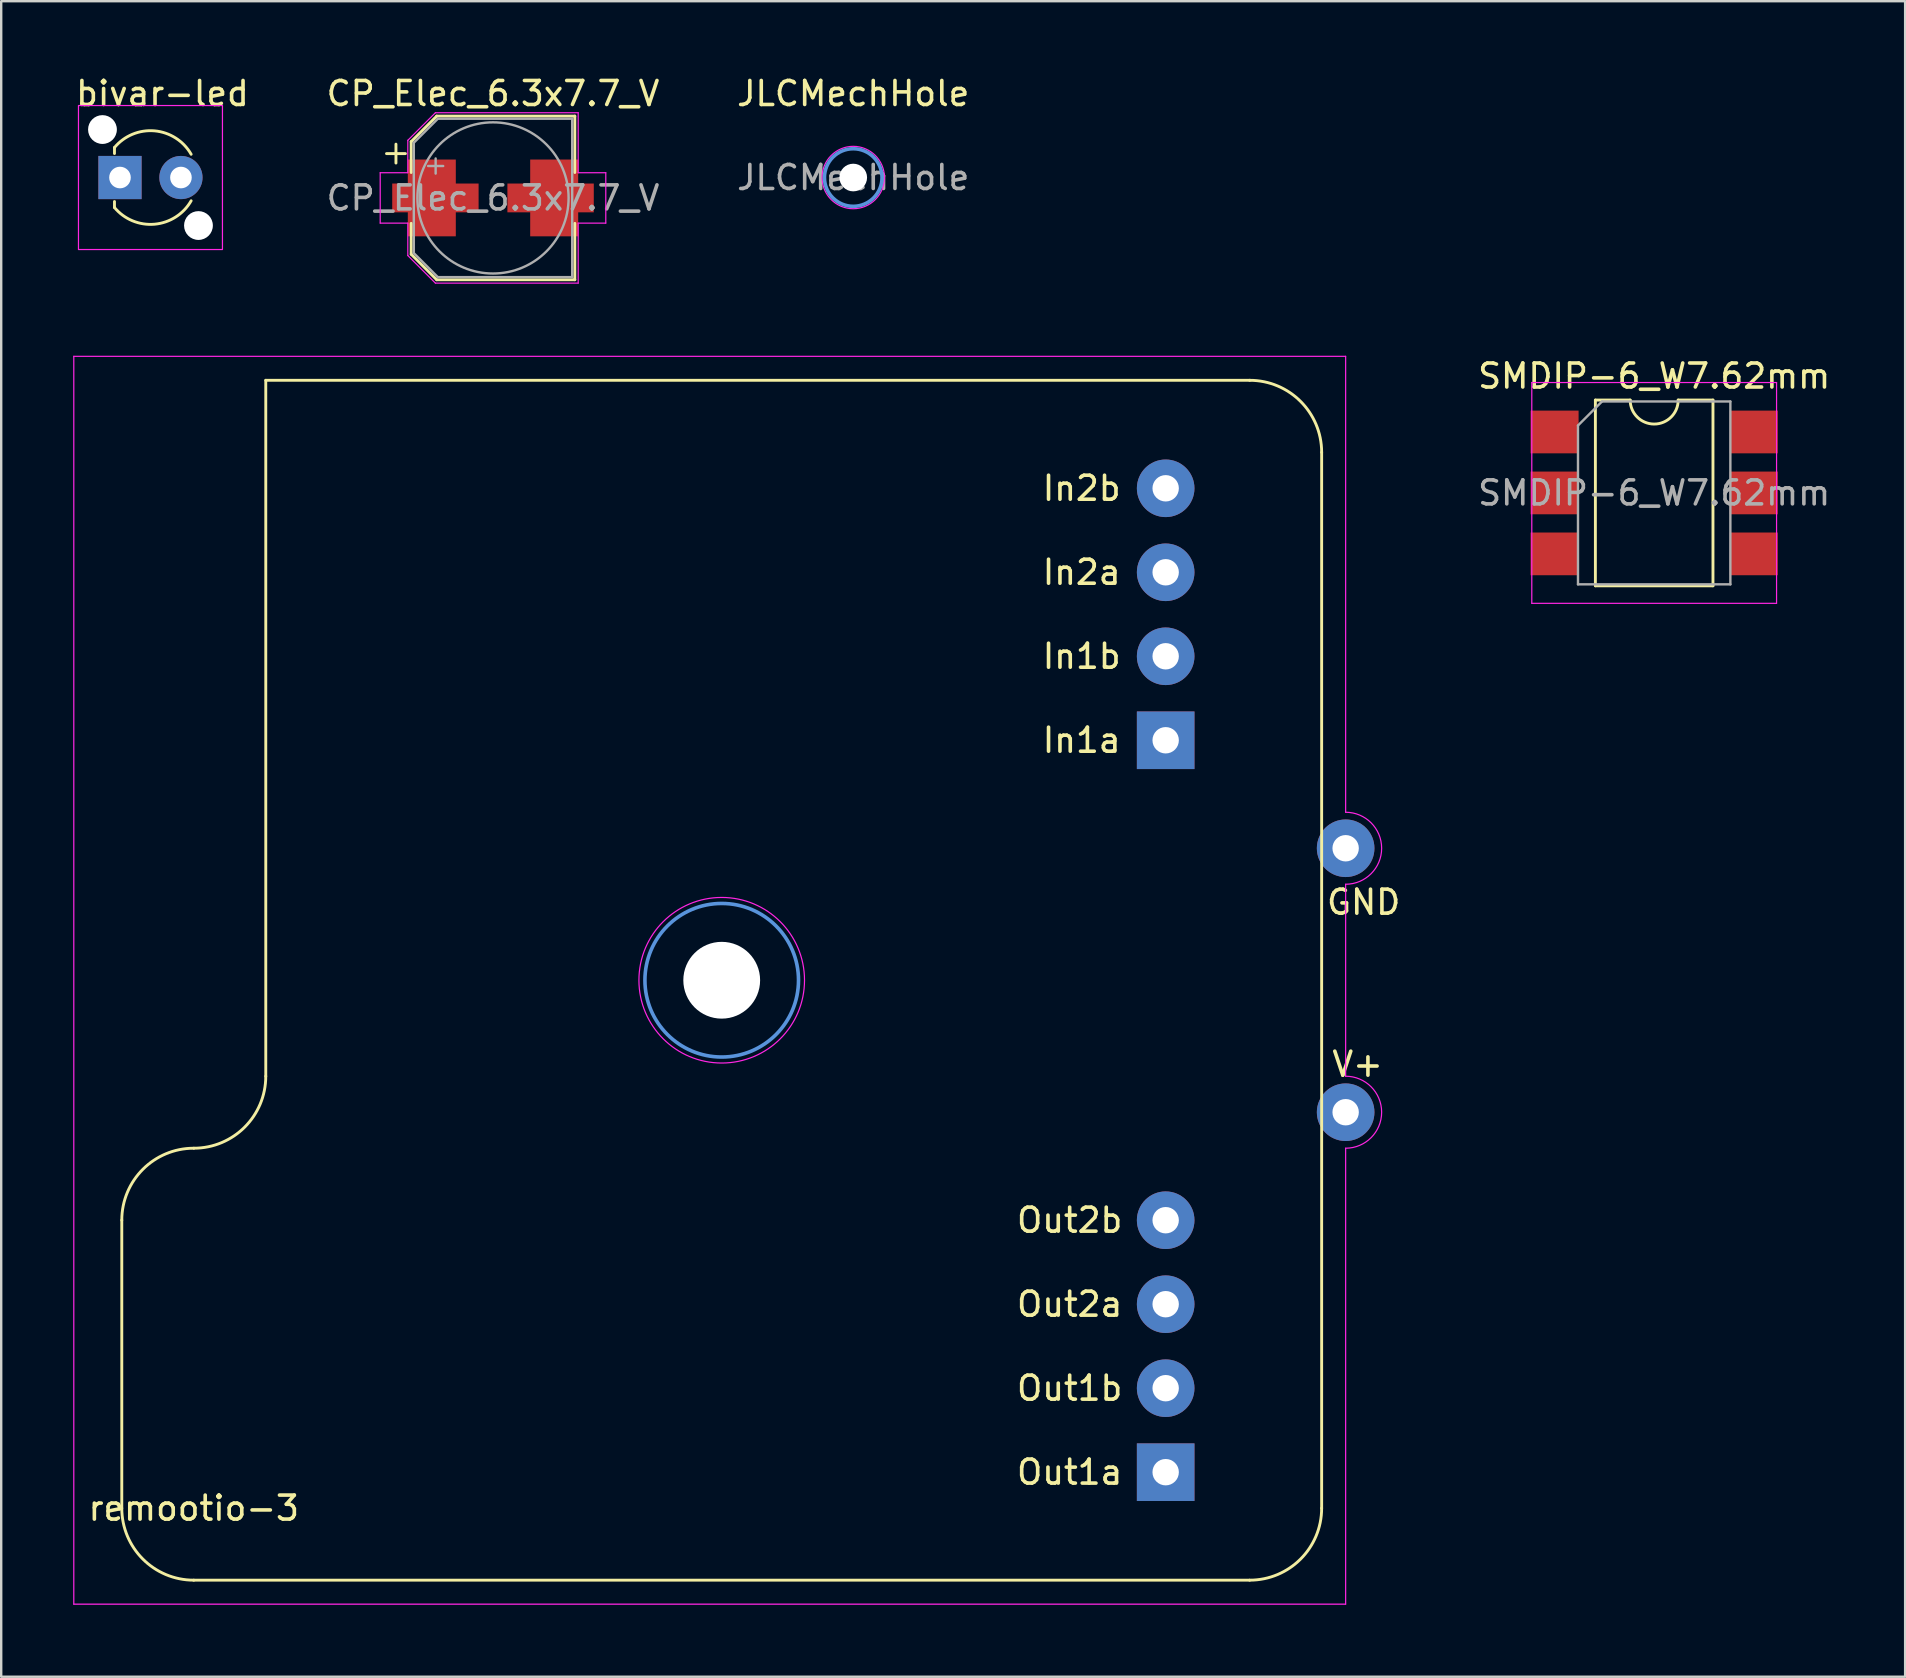
<source format=kicad_pcb>
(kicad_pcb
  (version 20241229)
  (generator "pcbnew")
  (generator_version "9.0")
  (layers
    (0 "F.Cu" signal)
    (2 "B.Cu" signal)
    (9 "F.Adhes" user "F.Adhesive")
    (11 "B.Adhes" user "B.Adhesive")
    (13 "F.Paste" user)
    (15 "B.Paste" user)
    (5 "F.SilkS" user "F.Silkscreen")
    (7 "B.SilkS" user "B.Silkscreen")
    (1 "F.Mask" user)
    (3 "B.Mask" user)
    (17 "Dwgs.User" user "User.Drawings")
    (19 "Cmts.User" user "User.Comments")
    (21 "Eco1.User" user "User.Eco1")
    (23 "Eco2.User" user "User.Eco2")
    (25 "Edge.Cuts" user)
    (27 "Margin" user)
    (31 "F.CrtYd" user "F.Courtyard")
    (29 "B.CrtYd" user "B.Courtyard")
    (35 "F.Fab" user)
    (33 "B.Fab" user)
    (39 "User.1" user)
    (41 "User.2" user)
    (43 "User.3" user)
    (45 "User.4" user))
  (footprint "bivar-led"
    (layer "F.Cu")
    (at 3.22 4.348)
    (property "Reference" "bivar-led" (at 0.5 -3.5 0) (unlocked yes) (layer "F.SilkS") (effects (font (size 1 1) (thickness 0.15))))
    (attr smd)
    (fp_line (start -1.5 -1.25) (end -1.5 -1) (stroke (width 0.12) (type solid)) (layer "F.SilkS"))
    (fp_line (start -1.5 1.25) (end -1.5 1) (stroke (width 0.12) (type solid)) (layer "F.SilkS"))
    (fp_arc (start -1.5 -1.25) (mid 0.171207 -1.945042) (end 1.695299 -0.968742) (stroke (width 0.12) (type solid)) (layer "F.SilkS"))
    (fp_arc (start 1.695299 0.968742) (mid 0.171207 1.945042) (end -1.5 1.25) (stroke (width 0.12) (type solid)) (layer "F.SilkS"))
    (fp_rect (start -3 -3) (end 3 3) (stroke (width 0.05) (type solid)) (fill no) (layer "F.CrtYd"))
    (pad "" np_thru_hole circle (at -2 -2) (size 1.2 1.2) (drill 1.2) (layers "*.Cu" "*.Mask"))
    (pad "" np_thru_hole circle (at 2 2) (size 1.2 1.2) (drill 1.2) (layers "*.Cu" "*.Mask"))
    (pad "1" thru_hole rect (at -1.27 0) (size 1.8 1.8) (drill 0.9) (layers "*.Cu" "*.Mask"))
    (pad "2" thru_hole circle (at 1.27 0) (size 1.8 1.8) (drill 0.9) (layers "*.Cu" "*.Mask")))
  (footprint "SMDIP-6_W7.62mm"
    (layer "F.Cu")
    (at 65.882 17.491)
    (property "Reference" "SMDIP-6_W7.62mm" (at 0 -4.87 0) (layer "F.SilkS") (effects (font (size 1 1) (thickness 0.15))))
    (attr smd)
    (fp_line (start -2.45 -3.87) (end -2.45 3.87) (stroke (width 0.12) (type solid)) (layer "F.SilkS"))
    (fp_line (start -2.45 3.87) (end 2.45 3.87) (stroke (width 0.12) (type solid)) (layer "F.SilkS"))
    (fp_line (start -1 -3.87) (end -2.45 -3.87) (stroke (width 0.12) (type solid)) (layer "F.SilkS"))
    (fp_line (start 2.45 -3.87) (end 1 -3.87) (stroke (width 0.12) (type solid)) (layer "F.SilkS"))
    (fp_line (start 2.45 3.87) (end 2.45 -3.87) (stroke (width 0.12) (type solid)) (layer "F.SilkS"))
    (fp_arc (start 1 -3.87) (mid 0 -2.87) (end -1 -3.87) (stroke (width 0.12) (type solid)) (layer "F.SilkS"))
    (fp_line (start -5.1 -4.6) (end -5.1 4.6) (stroke (width 0.05) (type solid)) (layer "F.CrtYd"))
    (fp_line (start -5.1 4.6) (end 5.1 4.6) (stroke (width 0.05) (type solid)) (layer "F.CrtYd"))
    (fp_line (start 5.1 -4.6) (end -5.1 -4.6) (stroke (width 0.05) (type solid)) (layer "F.CrtYd"))
    (fp_line (start 5.1 4.6) (end 5.1 -4.6) (stroke (width 0.05) (type solid)) (layer "F.CrtYd"))
    (fp_line (start -3.175 -2.81) (end -2.175 -3.81) (stroke (width 0.1) (type solid)) (layer "F.Fab"))
    (fp_line (start -3.175 3.81) (end -3.175 -2.81) (stroke (width 0.1) (type solid)) (layer "F.Fab"))
    (fp_line (start -2.175 -3.81) (end 3.175 -3.81) (stroke (width 0.1) (type solid)) (layer "F.Fab"))
    (fp_line (start 3.175 -3.81) (end 3.175 3.81) (stroke (width 0.1) (type solid)) (layer "F.Fab"))
    (fp_line (start 3.175 3.81) (end -3.175 3.81) (stroke (width 0.1) (type solid)) (layer "F.Fab"))
    (fp_text user "${REFERENCE}" (at 0 0 0) (layer "F.Fab") (effects (font (size 1 1) (thickness 0.15))))
    (pad "1" smd rect (at -4.15 -2.54) (size 2 1.78) (layers "F.Cu" "F.Mask" "F.Paste"))
    (pad "2" smd rect (at -4.15 0) (size 2 1.78) (layers "F.Cu" "F.Mask" "F.Paste"))
    (pad "3" smd rect (at -4.15 2.54) (size 2 1.78) (layers "F.Cu" "F.Mask" "F.Paste"))
    (pad "4" smd rect (at 4.15 2.54) (size 2 1.78) (layers "F.Cu" "F.Mask" "F.Paste"))
    (pad "5" smd rect (at 4.15 0) (size 2 1.78) (layers "F.Cu" "F.Mask" "F.Paste"))
    (pad "6" smd rect (at 4.15 -2.54) (size 2 1.78) (layers "F.Cu" "F.Mask" "F.Paste")))
  (footprint "CP_Elec_6.3x7.7_V"
    (layer "F.Cu")
    (at 17.494 5.198)
    (property "Reference" "CP_Elec_6.3x7.7_V" (at 0 -4.35 0) (layer "F.SilkS") (effects (font (size 1 1) (thickness 0.15))))
    (attr smd)
    (fp_line (start -4.438 -1.847) (end -3.65 -1.847) (stroke (width 0.12) (type solid)) (layer "F.SilkS"))
    (fp_line (start -4.044 -2.241) (end -4.044 -1.454) (stroke (width 0.12) (type solid)) (layer "F.SilkS"))
    (fp_line (start -3.41 -2.346) (end -3.41 -1.06) (stroke (width 0.12) (type solid)) (layer "F.SilkS"))
    (fp_line (start -3.41 -2.346) (end -2.346 -3.41) (stroke (width 0.12) (type solid)) (layer "F.SilkS"))
    (fp_line (start -3.41 2.346) (end -3.41 1.06) (stroke (width 0.12) (type solid)) (layer "F.SilkS"))
    (fp_line (start -3.41 2.346) (end -2.346 3.41) (stroke (width 0.12) (type solid)) (layer "F.SilkS"))
    (fp_line (start -2.346 -3.41) (end 3.41 -3.41) (stroke (width 0.12) (type solid)) (layer "F.SilkS"))
    (fp_line (start -2.346 3.41) (end 3.41 3.41) (stroke (width 0.12) (type solid)) (layer "F.SilkS"))
    (fp_line (start 3.41 -3.41) (end 3.41 -1.06) (stroke (width 0.12) (type solid)) (layer "F.SilkS"))
    (fp_line (start 3.41 3.41) (end 3.41 1.06) (stroke (width 0.12) (type solid)) (layer "F.SilkS"))
    (fp_line (start -4.7 -1.05) (end -4.7 1.05) (stroke (width 0.05) (type solid)) (layer "F.CrtYd"))
    (fp_line (start -4.7 1.05) (end -3.55 1.05) (stroke (width 0.05) (type solid)) (layer "F.CrtYd"))
    (fp_line (start -3.55 -2.4) (end -3.55 -1.05) (stroke (width 0.05) (type solid)) (layer "F.CrtYd"))
    (fp_line (start -3.55 -2.4) (end -2.4 -3.55) (stroke (width 0.05) (type solid)) (layer "F.CrtYd"))
    (fp_line (start -3.55 -1.05) (end -4.7 -1.05) (stroke (width 0.05) (type solid)) (layer "F.CrtYd"))
    (fp_line (start -3.55 1.05) (end -3.55 2.4) (stroke (width 0.05) (type solid)) (layer "F.CrtYd"))
    (fp_line (start -3.55 2.4) (end -2.4 3.55) (stroke (width 0.05) (type solid)) (layer "F.CrtYd"))
    (fp_line (start -2.4 -3.55) (end 3.55 -3.55) (stroke (width 0.05) (type solid)) (layer "F.CrtYd"))
    (fp_line (start -2.4 3.55) (end 3.55 3.55) (stroke (width 0.05) (type solid)) (layer "F.CrtYd"))
    (fp_line (start 3.55 -3.55) (end 3.55 -1.05) (stroke (width 0.05) (type solid)) (layer "F.CrtYd"))
    (fp_line (start 3.55 -1.05) (end 4.7 -1.05) (stroke (width 0.05) (type solid)) (layer "F.CrtYd"))
    (fp_line (start 3.55 1.05) (end 3.55 3.55) (stroke (width 0.05) (type solid)) (layer "F.CrtYd"))
    (fp_line (start 4.7 -1.05) (end 4.7 1.05) (stroke (width 0.05) (type solid)) (layer "F.CrtYd"))
    (fp_line (start 4.7 1.05) (end 3.55 1.05) (stroke (width 0.05) (type solid)) (layer "F.CrtYd"))
    (fp_line (start -3.3 -2.3) (end -3.3 2.3) (stroke (width 0.1) (type solid)) (layer "F.Fab"))
    (fp_line (start -3.3 -2.3) (end -2.3 -3.3) (stroke (width 0.1) (type solid)) (layer "F.Fab"))
    (fp_line (start -3.3 2.3) (end -2.3 3.3) (stroke (width 0.1) (type solid)) (layer "F.Fab"))
    (fp_line (start -2.705 -1.33) (end -2.075 -1.33) (stroke (width 0.1) (type solid)) (layer "F.Fab"))
    (fp_line (start -2.39 -1.645) (end -2.39 -1.015) (stroke (width 0.1) (type solid)) (layer "F.Fab"))
    (fp_line (start -2.3 -3.3) (end 3.3 -3.3) (stroke (width 0.1) (type solid)) (layer "F.Fab"))
    (fp_line (start -2.3 3.3) (end 3.3 3.3) (stroke (width 0.1) (type solid)) (layer "F.Fab"))
    (fp_line (start 3.3 -3.3) (end 3.3 3.3) (stroke (width 0.1) (type solid)) (layer "F.Fab"))
    (fp_circle (center 0 0) (end 3.15 0) (stroke (width 0.1) (type solid)) (fill no) (layer "F.Fab"))
    (fp_text user "${REFERENCE}" (at 0 0 0) (layer "F.Fab") (effects (font (size 1 1) (thickness 0.15))))
    (pad "1" smd custom (at -2.55 0) (size 1 1) (layers "F.Cu" "F.Mask" "F.Paste") (options (anchor rect)) (primitives (gr_poly (pts (xy -1.65 -0.6) (xy -1 -0.6) (xy -1 -1.6) (xy 1 -1.6) (xy 1 -0.6) (xy 1.95 -0.6) (xy 1.95 0.6) (xy 1 0.6) (xy 1 1.6) (xy -1 1.6) (xy -1 0.6) (xy -1.65 0.6)) (width 0) (fill yes))))
    (pad "2" smd custom (at 2.55 0 180) (size 1 1) (layers "F.Cu" "F.Mask" "F.Paste") (options (anchor rect)) (primitives (gr_poly (pts (xy -1.65 -0.6) (xy -1 -0.6) (xy -1 -1.6) (xy 1 -1.6) (xy 1 -0.6) (xy 1.95 -0.6) (xy 1.95 0.6) (xy 1 0.6) (xy 1 1.6) (xy -1 1.6) (xy -1 0.6) (xy -1.65 0.6)) (width 0) (fill yes)))))
  (footprint "remootio-3"
    (layer "F.Cu")
    (at 27.025 37.798)
    (property "Reference" "remootio-3" (at -22 22 0) (unlocked yes) (layer "F.SilkS") (effects (font (size 1 1) (thickness 0.15))))
    (attr through_hole)
    (fp_line (start -25 10) (end -25 22) (stroke (width 0.12) (type solid)) (layer "F.SilkS"))
    (fp_line (start -22 25) (end 22 25) (stroke (width 0.12) (type solid)) (layer "F.SilkS"))
    (fp_line (start -19 4) (end -19 -25) (stroke (width 0.12) (type solid)) (layer "F.SilkS"))
    (fp_line (start 22 -25) (end -19 -25) (stroke (width 0.12) (type solid)) (layer "F.SilkS"))
    (fp_line (start 25 22) (end 25 -22) (stroke (width 0.12) (type solid)) (layer "F.SilkS"))
    (fp_arc (start -25 10) (mid -24.12132 7.87868) (end -22 7) (stroke (width 0.12) (type solid)) (layer "F.SilkS"))
    (fp_arc (start -22 25) (mid -24.12132 24.12132) (end -25 22) (stroke (width 0.12) (type solid)) (layer "F.SilkS"))
    (fp_arc (start -19 4) (mid -19.87868 6.12132) (end -22 7) (stroke (width 0.12) (type solid)) (layer "F.SilkS"))
    (fp_arc (start 22 -25) (mid 24.12132 -24.12132) (end 25 -22) (stroke (width 0.12) (type solid)) (layer "F.SilkS"))
    (fp_arc (start 25 22) (mid 24.12132 24.12132) (end 22 25) (stroke (width 0.12) (type solid)) (layer "F.SilkS"))
    (fp_circle (center 0 0) (end 3.2 0) (stroke (width 0.15) (type solid)) (fill no) (layer "Cmts.User"))
    (fp_line (start -27 -26) (end -27 26) (stroke (width 0.05) (type solid)) (layer "F.CrtYd"))
    (fp_line (start -27 26) (end 26 26) (stroke (width 0.05) (type solid)) (layer "F.CrtYd"))
    (fp_line (start 26 -26) (end -27 -26) (stroke (width 0.05) (type solid)) (layer "F.CrtYd"))
    (fp_line (start 26 -7) (end 26 -26) (stroke (width 0.05) (type solid)) (layer "F.CrtYd"))
    (fp_line (start 26 -4) (end 26 4) (stroke (width 0.05) (type solid)) (layer "F.CrtYd"))
    (fp_line (start 26 26) (end 26 7) (stroke (width 0.05) (type solid)) (layer "F.CrtYd"))
    (fp_arc (start 26 -7) (mid 27.5 -5.5) (end 26 -4) (stroke (width 0.05) (type solid)) (layer "F.CrtYd"))
    (fp_arc (start 26 4) (mid 27.5 5.5) (end 26 7) (stroke (width 0.05) (type solid)) (layer "F.CrtYd"))
    (fp_circle (center 0 0) (end 3.45 0) (stroke (width 0.05) (type solid)) (fill no) (layer "F.CrtYd"))
    (fp_text user "Out2a" (at 14.5 13.5 0) (unlocked yes) (layer "F.SilkS") (effects (font (size 1 1) (thickness 0.15))))
    (fp_text user "In1b" (at 15 -13.5 0) (unlocked yes) (layer "F.SilkS") (effects (font (size 1 1) (thickness 0.15))))
    (fp_text user "Out1b" (at 14.5 17 0) (unlocked yes) (layer "F.SilkS") (effects (font (size 1 1) (thickness 0.15))))
    (fp_text user "Out1a" (at 14.5 20.5 0) (unlocked yes) (layer "F.SilkS") (effects (font (size 1 1) (thickness 0.15))))
    (fp_text user "In2a" (at 15 -17 0) (unlocked yes) (layer "F.SilkS") (effects (font (size 1 1) (thickness 0.15))))
    (fp_text user "Out2b" (at 14.5 10 0) (unlocked yes) (layer "F.SilkS") (effects (font (size 1 1) (thickness 0.15))))
    (fp_text user "In1a" (at 15 -10 0) (unlocked yes) (layer "F.SilkS") (effects (font (size 1 1) (thickness 0.15))))
    (fp_text user "In2b" (at 15 -20.5 0) (unlocked yes) (layer "F.SilkS") (effects (font (size 1 1) (thickness 0.15))))
    (fp_text user "V+" (at 26.5 3.5 0) (unlocked yes) (layer "F.SilkS") (effects (font (size 1 1) (thickness 0.15))))
    (fp_text user "GND" (at 26.75 -3.25 0) (unlocked yes) (layer "F.SilkS") (effects (font (size 1 1) (thickness 0.15))))
    (pad "" np_thru_hole circle (at 0 0 180) (size 3.2 3.2) (drill 3.2) (layers "*.Cu" "*.Mask"))
    (pad "1" thru_hole rect (at 18.5 20.5 270) (size 2.4 2.4) (drill 1.1) (layers "*.Cu" "*.Mask"))
    (pad "2" thru_hole circle (at 18.5 17 270) (size 2.4 2.4) (drill 1.1) (layers "*.Cu" "*.Mask"))
    (pad "3" thru_hole circle (at 18.5 13.5 270) (size 2.4 2.4) (drill 1.1) (layers "*.Cu" "*.Mask"))
    (pad "4" thru_hole circle (at 18.5 10 270) (size 2.4 2.4) (drill 1.1) (layers "*.Cu" "*.Mask"))
    (pad "5" thru_hole circle (at 26 5.5 270) (size 2.4 2.4) (drill 1.1) (layers "*.Cu" "*.Mask"))
    (pad "6" thru_hole circle (at 26 -5.5 270) (size 2.4 2.4) (drill 1.1) (layers "*.Cu" "*.Mask"))
    (pad "7" thru_hole rect (at 18.5 -10 270) (size 2.4 2.4) (drill 1.1) (layers "*.Cu" "*.Mask"))
    (pad "8" thru_hole circle (at 18.5 -13.5 270) (size 2.4 2.4) (drill 1.1) (layers "*.Cu" "*.Mask"))
    (pad "9" thru_hole circle (at 18.5 -17 270) (size 2.4 2.4) (drill 1.1) (layers "*.Cu" "*.Mask"))
    (pad "10" thru_hole circle (at 18.5 -20.5 270) (size 2.4 2.4) (drill 1.1) (layers "*.Cu" "*.Mask"))
    (zone (net_name "") (layers "F.Cu" "F.Mask" "B.Cu" "B.Mask" "F.SilkS" "B.SilkS" "F.Adhes" "B.Adhes" "F.Paste" "B.Paste" "F.CrtYd") (hatch edge 0.508) (connect_pads) (min_thickness 0.254) (filled_areas_thickness no) (keepout (tracks not_allowed) (vias not_allowed) (pads not_allowed) (copperpour not_allowed) (footprints not_allowed)) (placement (enabled no)) (fill) (polygon (pts (xy 0.025 41.799) (xy 12.025 41.798) (xy 12.025 11.799) (xy 0.025 11.799)))))
  (footprint "JLCMechHole"
    (layer "F.Cu")
    (at 32.506 4.348)
    (property "Reference" "JLCMechHole" (at 0 -3.5 0) (layer "F.SilkS") (effects (font (size 1 1) (thickness 0.15))))
    (attr exclude_from_pos_files exclude_from_bom)
    (fp_circle (center 0 0) (end 1.2 0) (stroke (width 0.15) (type solid)) (fill no) (layer "Cmts.User"))
    (fp_circle (center 0 0) (end 1.3 0) (stroke (width 0.05) (type solid)) (fill no) (layer "F.CrtYd"))
    (fp_text user "${REFERENCE}" (at 0 0 0) (layer "F.Fab") (effects (font (size 1 1) (thickness 0.15))))
    (pad "" np_thru_hole circle (at 0 0) (size 1.152 1.152) (drill 1.152) (layers "*.Cu" "*.Mask")))
  (gr_rect
    (start -3 -3)
    (end 76.34 66.823)
    (stroke (width 0.1) (type default))
    (fill no)
    (layer "Edge.Cuts")))
</source>
